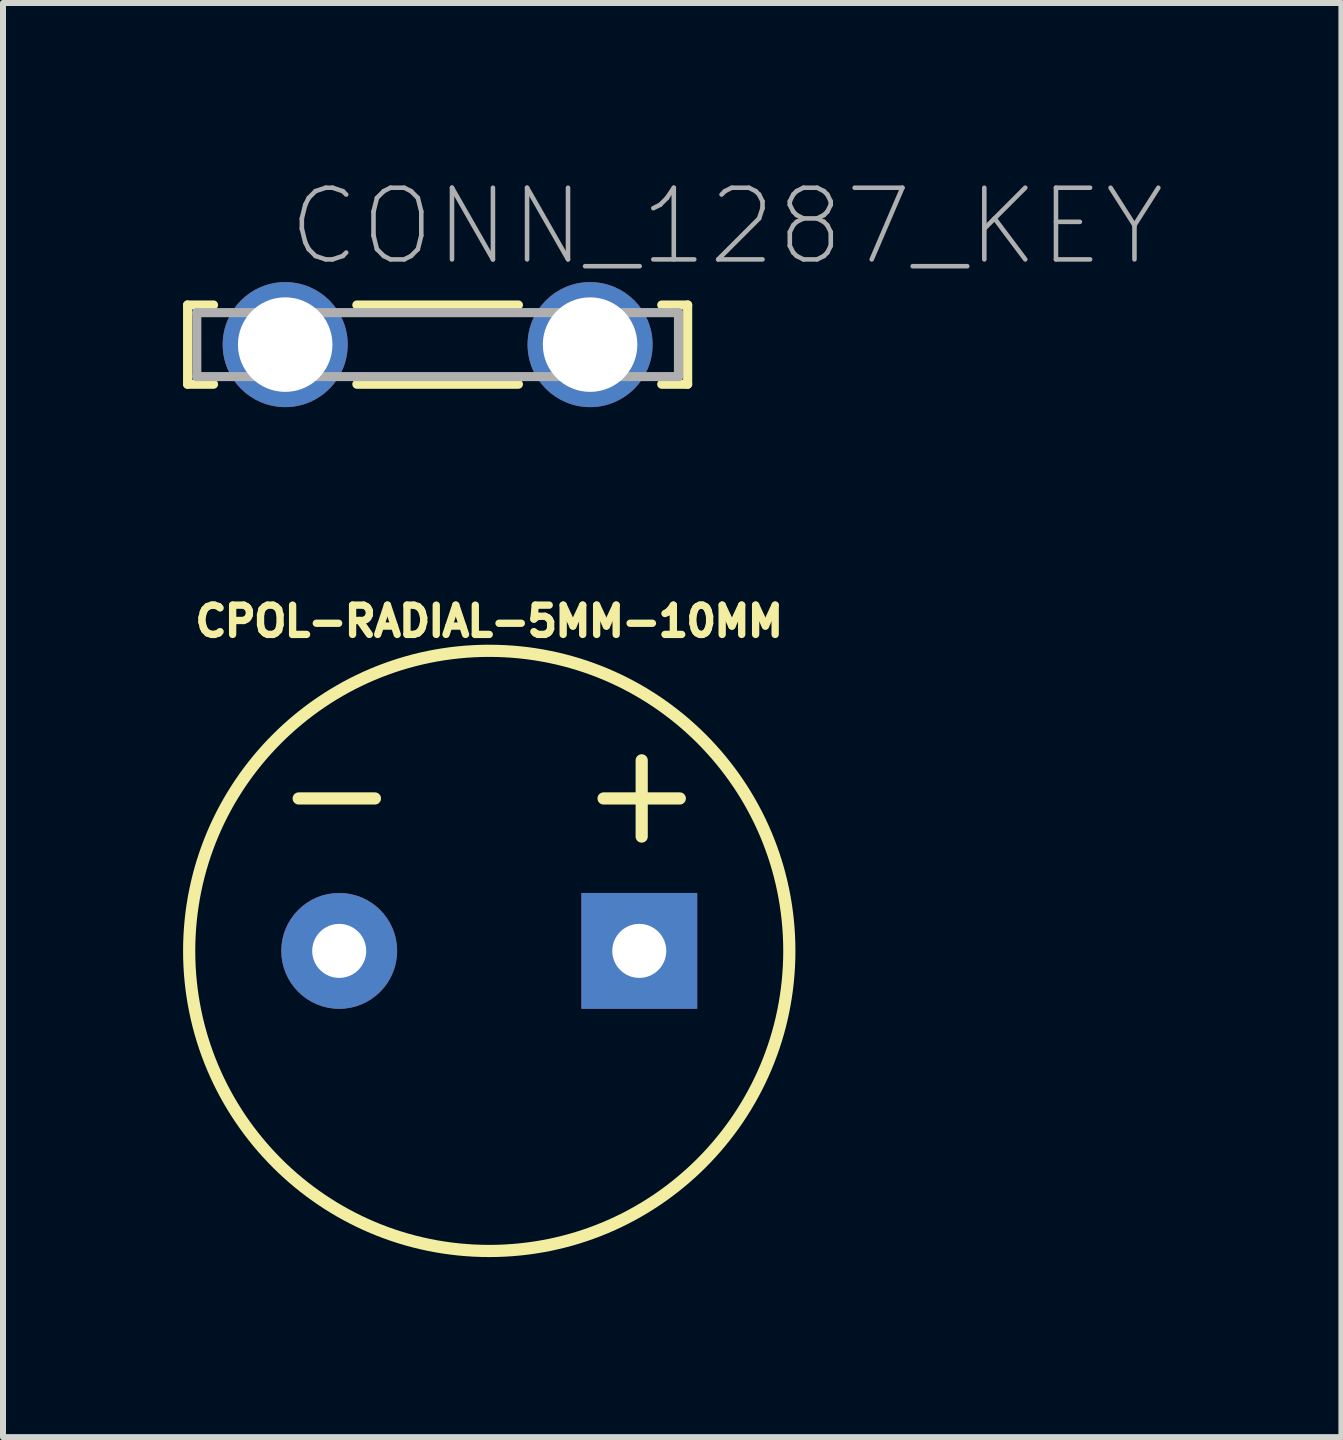
<source format=kicad_pcb>
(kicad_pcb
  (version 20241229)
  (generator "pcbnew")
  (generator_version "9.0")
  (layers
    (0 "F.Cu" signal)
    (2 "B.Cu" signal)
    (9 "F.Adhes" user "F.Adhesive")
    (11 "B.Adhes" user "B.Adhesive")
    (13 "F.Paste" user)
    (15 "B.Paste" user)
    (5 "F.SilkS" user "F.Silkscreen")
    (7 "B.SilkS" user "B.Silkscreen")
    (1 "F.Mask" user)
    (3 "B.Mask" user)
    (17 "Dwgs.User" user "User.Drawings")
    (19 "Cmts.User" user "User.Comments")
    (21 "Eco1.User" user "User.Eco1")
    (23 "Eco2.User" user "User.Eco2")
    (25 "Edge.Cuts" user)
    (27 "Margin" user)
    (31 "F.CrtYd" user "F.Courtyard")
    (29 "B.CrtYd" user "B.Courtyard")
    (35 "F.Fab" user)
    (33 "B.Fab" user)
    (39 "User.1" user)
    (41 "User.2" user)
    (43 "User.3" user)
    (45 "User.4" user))
  (footprint "CPOL-RADIAL-5MM-10MM"
    (layer "F.Cu")
    (at 5.102 12.794)
    (property "Reference" "CPOL-RADIAL-5MM-10MM" (at 0 -5.207 0) (unlocked yes) (layer "F.SilkS") (effects (font (size 0.488 0.488) (thickness 0.122)) (justify bottom)))
    (fp_line (start -1.905 -2.54) (end -3.175 -2.54) (stroke (width 0.203) (type solid)) (layer "F.SilkS"))
    (fp_line (start 2.54 -3.175) (end 2.54 -1.905) (stroke (width 0.203) (type solid)) (layer "F.SilkS"))
    (fp_line (start 3.175 -2.54) (end 1.905 -2.54) (stroke (width 0.203) (type solid)) (layer "F.SilkS"))
    (fp_circle (center 0 0) (end 5 0) (stroke (width 0.203) (type solid)) (fill no) (layer "F.SilkS"))
    (pad "+" thru_hole rect (at 2.5 0) (size 1.93 1.93) (drill 0.9) (layers "*.Cu" "*.Mask"))
    (pad "-" thru_hole circle (at -2.5 0) (size 1.93 1.93) (drill 0.9) (layers "*.Cu" "*.Mask")))
  (footprint "CONN_1287_KEY"
    (layer "F.Cu")
    (at 1.702 2.692)
    (property "Reference" "CONN_1287_KEY" (at 0 -1.27 0) (unlocked yes) (layer "F.Fab") (effects (font (size 1.194 1.194) (thickness 0.076)) (justify left bottom)))
    (fp_line (start -1.626 -0.66) (end -1.626 0.66) (stroke (width 0.152) (type solid)) (layer "F.SilkS"))
    (fp_line (start -1.626 0.66) (end -1.194 0.66) (stroke (width 0.152) (type solid)) (layer "F.SilkS"))
    (fp_line (start -1.194 -0.66) (end -1.626 -0.66) (stroke (width 0.152) (type solid)) (layer "F.SilkS"))
    (fp_line (start 1.194 0.66) (end 3.886 0.66) (stroke (width 0.152) (type solid)) (layer "F.SilkS"))
    (fp_line (start 3.886 -0.66) (end 1.194 -0.66) (stroke (width 0.152) (type solid)) (layer "F.SilkS"))
    (fp_line (start 6.274 0.66) (end 6.706 0.66) (stroke (width 0.152) (type solid)) (layer "F.SilkS"))
    (fp_line (start 6.706 -0.66) (end 6.274 -0.66) (stroke (width 0.152) (type solid)) (layer "F.SilkS"))
    (fp_line (start 6.706 0.66) (end 6.706 -0.66) (stroke (width 0.152) (type solid)) (layer "F.SilkS"))
    (fp_line (start -1.473 -0.533) (end -1.473 0.533) (stroke (width 0.152) (type solid)) (layer "F.Fab"))
    (fp_line (start -1.473 0.533) (end 6.553 0.533) (stroke (width 0.152) (type solid)) (layer "F.Fab"))
    (fp_line (start 6.553 -0.533) (end -1.473 -0.533) (stroke (width 0.152) (type solid)) (layer "F.Fab"))
    (fp_line (start 6.553 0.533) (end 6.553 -0.533) (stroke (width 0.152) (type solid)) (layer "F.Fab"))
    (pad "1" thru_hole circle (at 0 0) (size 2.083 2.083) (drill 1.575) (layers "*.Cu" "*.Mask"))
    (pad "2" thru_hole circle (at 5.08 0) (size 2.083 2.083) (drill 1.575) (layers "*.Cu" "*.Mask")))
  (gr_rect
    (start -3 -3)
    (end 19.301 20.896)
    (stroke (width 0.1) (type default))
    (fill no)
    (layer "Edge.Cuts")))
</source>
